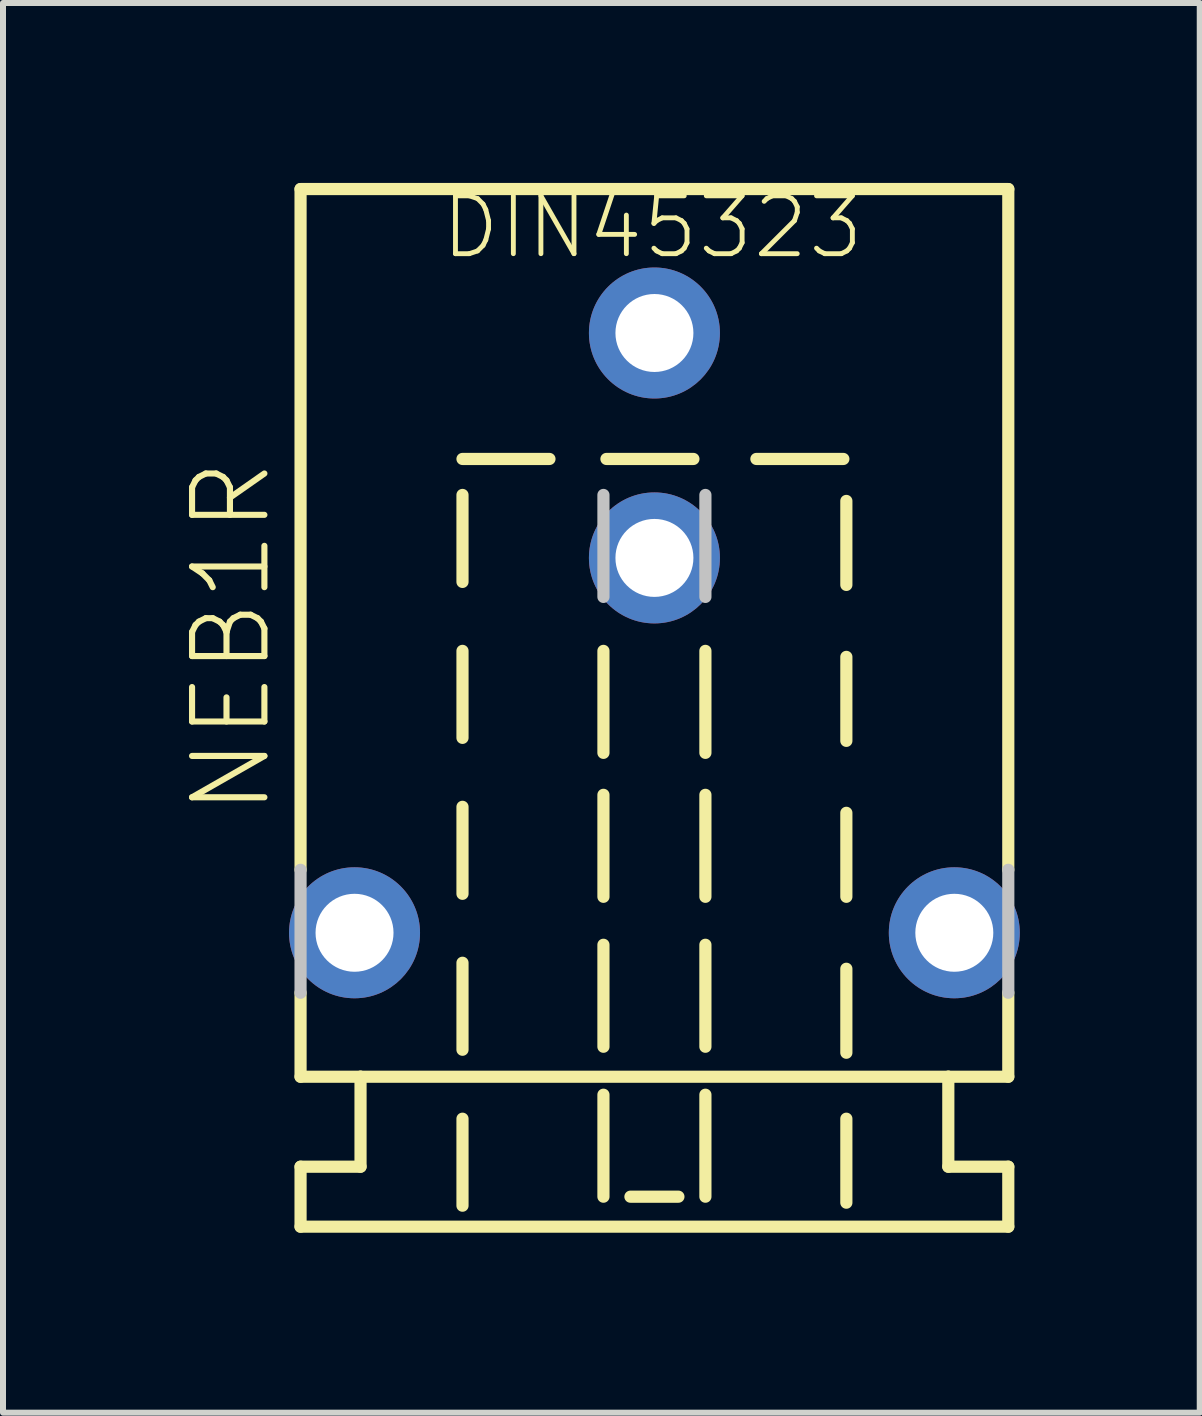
<source format=kicad_pcb>
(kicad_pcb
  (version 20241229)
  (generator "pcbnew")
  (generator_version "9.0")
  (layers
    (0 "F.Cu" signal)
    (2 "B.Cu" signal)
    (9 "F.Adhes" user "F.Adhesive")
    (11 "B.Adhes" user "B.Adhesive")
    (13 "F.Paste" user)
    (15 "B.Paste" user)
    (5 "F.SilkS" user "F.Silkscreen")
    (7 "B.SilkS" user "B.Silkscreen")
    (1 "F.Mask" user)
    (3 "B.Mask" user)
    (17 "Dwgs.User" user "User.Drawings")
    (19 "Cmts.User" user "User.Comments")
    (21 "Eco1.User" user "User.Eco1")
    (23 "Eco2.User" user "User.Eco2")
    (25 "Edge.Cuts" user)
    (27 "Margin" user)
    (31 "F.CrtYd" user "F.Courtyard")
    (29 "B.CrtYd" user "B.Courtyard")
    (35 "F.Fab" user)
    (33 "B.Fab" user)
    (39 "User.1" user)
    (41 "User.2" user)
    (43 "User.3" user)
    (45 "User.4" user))
  (footprint "NEB1R"
    (layer "F.Cu")
    (at 7.861 12.502)
    (property "Reference" "NEB1R" (at -6.35 -1.905 90) (layer "F.SilkS") (effects (font (size 1.206 1.206) (thickness 0.102)) (justify left bottom)))
    (attr through_hole)
    (fp_line (start -5.9 -12.4) (end 5.9 -12.4) (stroke (width 0.203) (type solid)) (layer "F.SilkS"))
    (fp_line (start -5.9 -1.05) (end -5.9 -12.4) (stroke (width 0.203) (type solid)) (layer "F.SilkS"))
    (fp_line (start -5.9 2.4) (end -5.9 1) (stroke (width 0.203) (type solid)) (layer "F.SilkS"))
    (fp_line (start -5.9 3.9) (end -4.9 3.9) (stroke (width 0.203) (type solid)) (layer "F.SilkS"))
    (fp_line (start -5.9 4.9) (end -5.9 3.9) (stroke (width 0.203) (type solid)) (layer "F.SilkS"))
    (fp_line (start -5.9 4.9) (end 5.9 4.9) (stroke (width 0.203) (type solid)) (layer "F.SilkS"))
    (fp_line (start -4.9 2.4) (end -5.9 2.4) (stroke (width 0.203) (type solid)) (layer "F.SilkS"))
    (fp_line (start -4.9 2.4) (end 4.9 2.4) (stroke (width 0.203) (type solid)) (layer "F.SilkS"))
    (fp_line (start -4.9 3.9) (end -4.9 2.4) (stroke (width 0.203) (type solid)) (layer "F.SilkS"))
    (fp_line (start -3.2 -7.9) (end -1.75 -7.9) (stroke (width 0.203) (type solid)) (layer "F.SilkS"))
    (fp_line (start -3.2 -7.3) (end -3.2 -5.85) (stroke (width 0.203) (type solid)) (layer "F.SilkS"))
    (fp_line (start -3.2 -4.7) (end -3.2 -3.25) (stroke (width 0.203) (type solid)) (layer "F.SilkS"))
    (fp_line (start -3.2 -2.1) (end -3.2 -0.65) (stroke (width 0.203) (type solid)) (layer "F.SilkS"))
    (fp_line (start -3.2 0.5) (end -3.2 1.95) (stroke (width 0.203) (type solid)) (layer "F.SilkS"))
    (fp_line (start -3.2 3.1) (end -3.2 4.55) (stroke (width 0.203) (type solid)) (layer "F.SilkS"))
    (fp_line (start -0.85 -4.7) (end -0.85 -3) (stroke (width 0.203) (type solid)) (layer "F.SilkS"))
    (fp_line (start -0.85 -2.3) (end -0.85 -0.6) (stroke (width 0.203) (type solid)) (layer "F.SilkS"))
    (fp_line (start -0.85 0.2) (end -0.85 1.9) (stroke (width 0.203) (type solid)) (layer "F.SilkS"))
    (fp_line (start -0.85 2.7) (end -0.85 4.4) (stroke (width 0.203) (type solid)) (layer "F.SilkS"))
    (fp_line (start -0.8 -7.9) (end 0.65 -7.9) (stroke (width 0.203) (type solid)) (layer "F.SilkS"))
    (fp_line (start -0.4 4.4) (end 0.4 4.4) (stroke (width 0.203) (type solid)) (layer "F.SilkS"))
    (fp_line (start 0.85 -4.7) (end 0.85 -3) (stroke (width 0.203) (type solid)) (layer "F.SilkS"))
    (fp_line (start 0.85 -2.3) (end 0.85 -0.6) (stroke (width 0.203) (type solid)) (layer "F.SilkS"))
    (fp_line (start 0.85 0.2) (end 0.85 1.9) (stroke (width 0.203) (type solid)) (layer "F.SilkS"))
    (fp_line (start 0.85 2.7) (end 0.85 4.4) (stroke (width 0.203) (type solid)) (layer "F.SilkS"))
    (fp_line (start 1.7 -7.9) (end 3.15 -7.9) (stroke (width 0.203) (type solid)) (layer "F.SilkS"))
    (fp_line (start 3.2 -7.2) (end 3.2 -5.8) (stroke (width 0.203) (type solid)) (layer "F.SilkS"))
    (fp_line (start 3.2 -4.6) (end 3.2 -3.2) (stroke (width 0.203) (type solid)) (layer "F.SilkS"))
    (fp_line (start 3.2 -2) (end 3.2 -0.6) (stroke (width 0.203) (type solid)) (layer "F.SilkS"))
    (fp_line (start 3.2 0.6) (end 3.2 2) (stroke (width 0.203) (type solid)) (layer "F.SilkS"))
    (fp_line (start 3.2 3.1) (end 3.2 4.5) (stroke (width 0.203) (type solid)) (layer "F.SilkS"))
    (fp_line (start 4.9 2.4) (end 4.9 3.9) (stroke (width 0.203) (type solid)) (layer "F.SilkS"))
    (fp_line (start 4.9 3.9) (end 5.9 3.9) (stroke (width 0.203) (type solid)) (layer "F.SilkS"))
    (fp_line (start 5.9 -1.05) (end 5.9 -12.4) (stroke (width 0.203) (type solid)) (layer "F.SilkS"))
    (fp_line (start 5.9 2.4) (end 4.9 2.4) (stroke (width 0.203) (type solid)) (layer "F.SilkS"))
    (fp_line (start 5.9 2.4) (end 5.9 1) (stroke (width 0.203) (type solid)) (layer "F.SilkS"))
    (fp_line (start 5.9 4.9) (end 5.9 3.9) (stroke (width 0.203) (type solid)) (layer "F.SilkS"))
    (fp_line (start -5.9 -1.05) (end -5.9 1) (stroke (width 0.203) (type solid)) (layer "Dwgs.User"))
    (fp_line (start -0.85 -7.3) (end -0.85 -5.6) (stroke (width 0.203) (type solid)) (layer "Dwgs.User"))
    (fp_line (start 0.85 -7.3) (end 0.85 -5.6) (stroke (width 0.203) (type solid)) (layer "Dwgs.User"))
    (fp_line (start 5.9 -1.05) (end 5.9 1) (stroke (width 0.203) (type solid)) (layer "Dwgs.User"))
    (fp_text user "DIN45323" (at -3.6 -11.2 0) (layer "F.SilkS") (effects (font (size 0.965 0.965) (thickness 0.081)) (justify left bottom)))
    (pad "1@1" thru_hole circle (at 5 0) (size 2.184 2.184) (drill 1.3) (layers "*.Cu" "*.Mask"))
    (pad "1@2" thru_hole circle (at -5 0) (size 2.184 2.184) (drill 1.3) (layers "*.Cu" "*.Mask"))
    (pad "2" thru_hole circle (at 0 -6.25) (size 2.184 2.184) (drill 1.3) (layers "*.Cu" "*.Mask"))
    (pad "3" thru_hole circle (at 0 -10) (size 2.184 2.184) (drill 1.3) (layers "*.Cu" "*.Mask")))
  (gr_rect
    (start -3 -3)
    (end 16.953 20.503)
    (stroke (width 0.1) (type default))
    (fill no)
    (layer "Edge.Cuts")))
</source>
